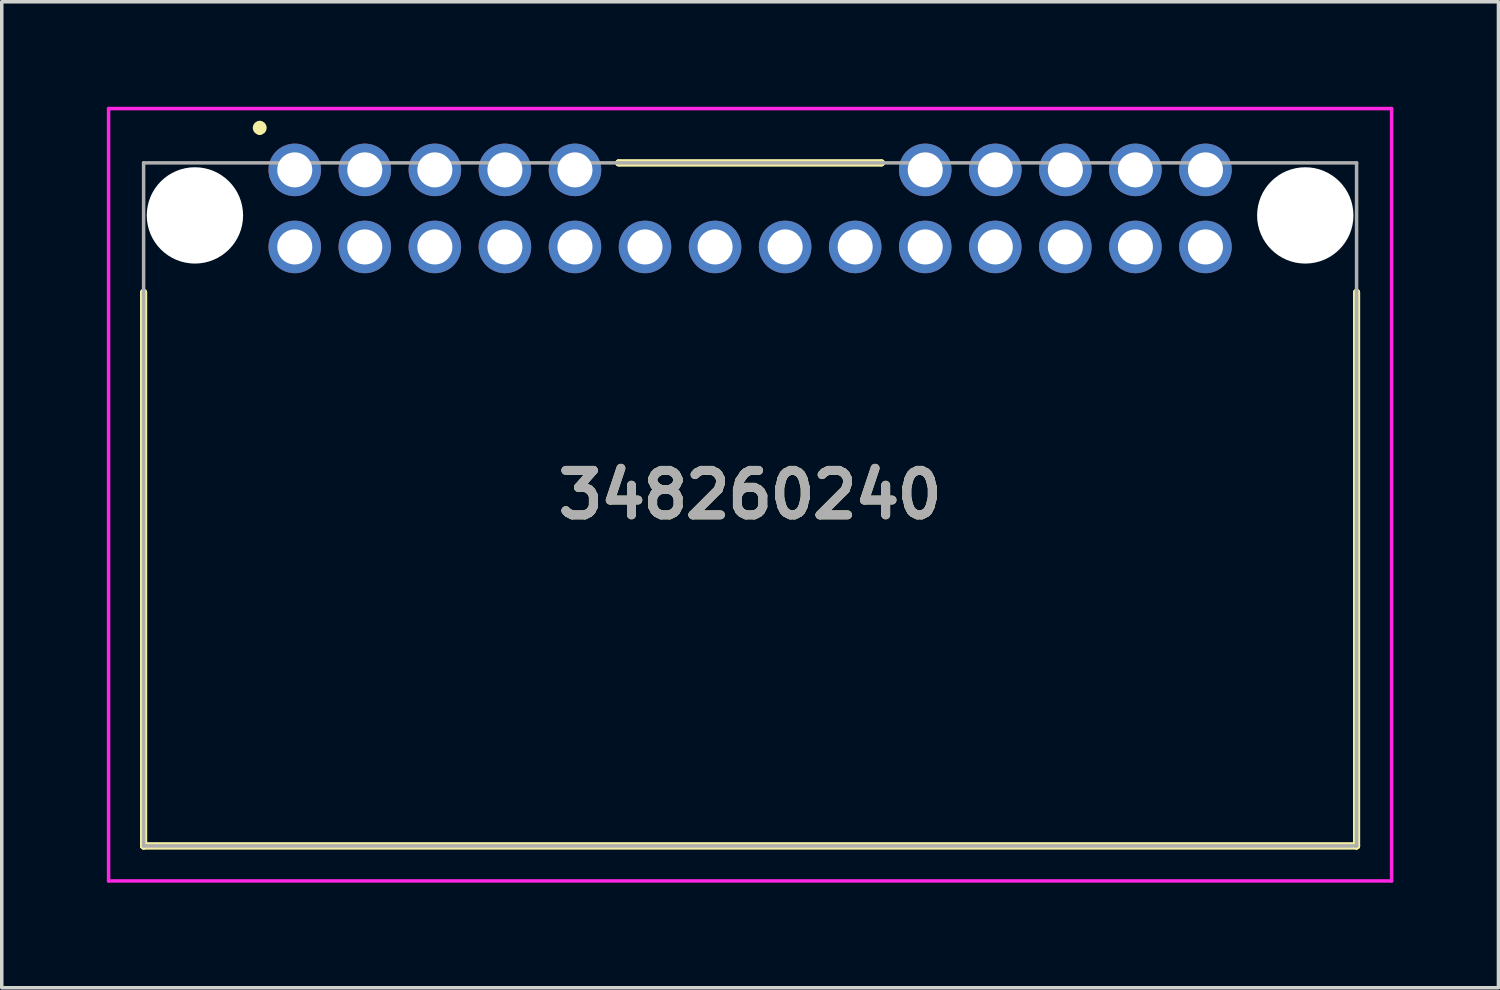
<source format=kicad_pcb>
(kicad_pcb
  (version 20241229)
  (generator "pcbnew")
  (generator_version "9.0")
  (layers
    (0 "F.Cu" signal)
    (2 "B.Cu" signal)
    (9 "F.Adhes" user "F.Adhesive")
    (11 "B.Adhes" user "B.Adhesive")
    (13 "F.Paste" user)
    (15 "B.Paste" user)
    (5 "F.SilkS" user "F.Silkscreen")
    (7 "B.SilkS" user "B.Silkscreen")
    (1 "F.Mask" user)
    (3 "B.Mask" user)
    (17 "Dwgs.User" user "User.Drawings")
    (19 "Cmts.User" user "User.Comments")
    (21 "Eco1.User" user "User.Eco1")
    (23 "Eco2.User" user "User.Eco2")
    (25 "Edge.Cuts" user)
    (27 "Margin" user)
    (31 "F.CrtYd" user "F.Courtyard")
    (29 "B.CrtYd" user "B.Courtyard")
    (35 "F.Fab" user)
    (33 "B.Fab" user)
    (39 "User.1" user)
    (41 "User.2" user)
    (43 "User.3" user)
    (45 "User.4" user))
  (footprint "348260240"
    (layer "F.Cu")
    (at 5.365 1.8)
    (property "Reference" "348260240" (at 13 9.275 0) (layer "F.SilkS") (effects (font (size 1.27 1.27) (thickness 0.254))))
    (attr through_hole)
    (fp_line (start -4.315 3.5) (end -4.315 3.5) (stroke (width 0.2) (type solid)) (layer "F.SilkS"))
    (fp_line (start -4.315 3.5) (end -4.315 19.3) (stroke (width 0.2) (type solid)) (layer "F.SilkS"))
    (fp_line (start -4.315 19.3) (end -4.315 3.5) (stroke (width 0.2) (type solid)) (layer "F.SilkS"))
    (fp_line (start -4.315 19.3) (end -4.315 19.3) (stroke (width 0.2) (type solid)) (layer "F.SilkS"))
    (fp_line (start -4.315 19.3) (end -4.315 19.3) (stroke (width 0.2) (type solid)) (layer "F.SilkS"))
    (fp_line (start -4.315 19.3) (end 30.315 19.3) (stroke (width 0.2) (type solid)) (layer "F.SilkS"))
    (fp_line (start -1 -1.3) (end -1 -1.3) (stroke (width 0.2) (type solid)) (layer "F.SilkS"))
    (fp_line (start -1 -1.1) (end -1 -1.1) (stroke (width 0.2) (type solid)) (layer "F.SilkS"))
    (fp_line (start 9.25 -0.2) (end 9.25 -0.2) (stroke (width 0.2) (type solid)) (layer "F.SilkS"))
    (fp_line (start 9.25 -0.2) (end 16.75 -0.2) (stroke (width 0.2) (type solid)) (layer "F.SilkS"))
    (fp_line (start 16.75 -0.2) (end 9.25 -0.2) (stroke (width 0.2) (type solid)) (layer "F.SilkS"))
    (fp_line (start 16.75 -0.2) (end 16.75 -0.2) (stroke (width 0.2) (type solid)) (layer "F.SilkS"))
    (fp_line (start 30.315 3.5) (end 30.315 3.5) (stroke (width 0.2) (type solid)) (layer "F.SilkS"))
    (fp_line (start 30.315 3.5) (end 30.315 19.3) (stroke (width 0.2) (type solid)) (layer "F.SilkS"))
    (fp_line (start 30.315 19.3) (end -4.315 19.3) (stroke (width 0.2) (type solid)) (layer "F.SilkS"))
    (fp_line (start 30.315 19.3) (end 30.315 3.5) (stroke (width 0.2) (type solid)) (layer "F.SilkS"))
    (fp_line (start 30.315 19.3) (end 30.315 19.3) (stroke (width 0.2) (type solid)) (layer "F.SilkS"))
    (fp_line (start 30.315 19.3) (end 30.315 19.3) (stroke (width 0.2) (type solid)) (layer "F.SilkS"))
    (fp_arc (start -1 -1.3) (mid -0.9 -1.2) (end -1 -1.1) (stroke (width 0.2) (type solid)) (layer "F.SilkS"))
    (fp_arc (start -1 -1.1) (mid -1.1 -1.2) (end -1 -1.3) (stroke (width 0.2) (type solid)) (layer "F.SilkS"))
    (fp_line (start -5.315 -1.75) (end 31.315 -1.75) (stroke (width 0.1) (type solid)) (layer "F.CrtYd"))
    (fp_line (start -5.315 20.3) (end -5.315 -1.75) (stroke (width 0.1) (type solid)) (layer "F.CrtYd"))
    (fp_line (start 31.315 -1.75) (end 31.315 20.3) (stroke (width 0.1) (type solid)) (layer "F.CrtYd"))
    (fp_line (start 31.315 20.3) (end -5.315 20.3) (stroke (width 0.1) (type solid)) (layer "F.CrtYd"))
    (fp_line (start -4.315 -0.2) (end -4.315 19.3) (stroke (width 0.1) (type solid)) (layer "F.Fab"))
    (fp_line (start -4.315 19.3) (end 30.315 19.3) (stroke (width 0.1) (type solid)) (layer "F.Fab"))
    (fp_line (start 30.315 -0.2) (end -4.315 -0.2) (stroke (width 0.1) (type solid)) (layer "F.Fab"))
    (fp_line (start 30.315 19.3) (end 30.315 -0.2) (stroke (width 0.1) (type solid)) (layer "F.Fab"))
    (fp_text user "${REFERENCE}" (at 13 9.275 0) (layer "F.Fab") (effects (font (size 1.27 1.27) (thickness 0.254))))
    (pad "" np_thru_hole circle (at -2.85 1.3) (size 2.75 2.75) (drill 2.75) (layers "*.Cu" "*.Mask"))
    (pad "" np_thru_hole circle (at 28.85 1.3) (size 2.75 2.75) (drill 2.75) (layers "*.Cu" "*.Mask"))
    (pad "1" thru_hole circle (at 0 0) (size 1.5 1.5) (drill 1) (layers "*.Cu" "*.Mask"))
    (pad "2" thru_hole circle (at 2 0) (size 1.5 1.5) (drill 1) (layers "*.Cu" "*.Mask"))
    (pad "3" thru_hole circle (at 4 0) (size 1.5 1.5) (drill 1) (layers "*.Cu" "*.Mask"))
    (pad "4" thru_hole circle (at 6 0) (size 1.5 1.5) (drill 1) (layers "*.Cu" "*.Mask"))
    (pad "5" thru_hole circle (at 8 0) (size 1.5 1.5) (drill 1) (layers "*.Cu" "*.Mask"))
    (pad "6" thru_hole circle (at 18 0) (size 1.5 1.5) (drill 1) (layers "*.Cu" "*.Mask"))
    (pad "7" thru_hole circle (at 20 0) (size 1.5 1.5) (drill 1) (layers "*.Cu" "*.Mask"))
    (pad "8" thru_hole circle (at 22 0) (size 1.5 1.5) (drill 1) (layers "*.Cu" "*.Mask"))
    (pad "9" thru_hole circle (at 24 0) (size 1.5 1.5) (drill 1) (layers "*.Cu" "*.Mask"))
    (pad "10" thru_hole circle (at 26 0) (size 1.5 1.5) (drill 1) (layers "*.Cu" "*.Mask"))
    (pad "11" thru_hole circle (at 0 2.2) (size 1.5 1.5) (drill 1) (layers "*.Cu" "*.Mask"))
    (pad "12" thru_hole circle (at 2 2.2) (size 1.5 1.5) (drill 1) (layers "*.Cu" "*.Mask"))
    (pad "13" thru_hole circle (at 4 2.2) (size 1.5 1.5) (drill 1) (layers "*.Cu" "*.Mask"))
    (pad "14" thru_hole circle (at 6 2.2) (size 1.5 1.5) (drill 1) (layers "*.Cu" "*.Mask"))
    (pad "15" thru_hole circle (at 8 2.2) (size 1.5 1.5) (drill 1) (layers "*.Cu" "*.Mask"))
    (pad "16" thru_hole circle (at 10 2.2) (size 1.5 1.5) (drill 1) (layers "*.Cu" "*.Mask"))
    (pad "17" thru_hole circle (at 12 2.2) (size 1.5 1.5) (drill 1) (layers "*.Cu" "*.Mask"))
    (pad "18" thru_hole circle (at 14 2.2) (size 1.5 1.5) (drill 1) (layers "*.Cu" "*.Mask"))
    (pad "19" thru_hole circle (at 16 2.2) (size 1.5 1.5) (drill 1) (layers "*.Cu" "*.Mask"))
    (pad "20" thru_hole circle (at 18 2.2) (size 1.5 1.5) (drill 1) (layers "*.Cu" "*.Mask"))
    (pad "21" thru_hole circle (at 20 2.2) (size 1.5 1.5) (drill 1) (layers "*.Cu" "*.Mask"))
    (pad "22" thru_hole circle (at 22 2.2) (size 1.5 1.5) (drill 1) (layers "*.Cu" "*.Mask"))
    (pad "23" thru_hole circle (at 24 2.2) (size 1.5 1.5) (drill 1) (layers "*.Cu" "*.Mask"))
    (pad "24" thru_hole circle (at 26 2.2) (size 1.5 1.5) (drill 1) (layers "*.Cu" "*.Mask")))
  (gr_rect
    (start -3 -3)
    (end 39.73 25.15)
    (stroke (width 0.1) (type default))
    (fill no)
    (layer "Edge.Cuts")))
</source>
